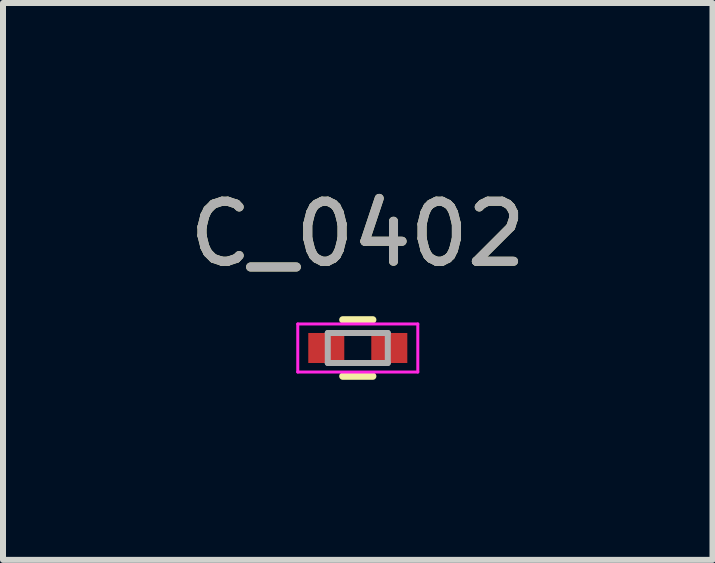
<source format=kicad_pcb>
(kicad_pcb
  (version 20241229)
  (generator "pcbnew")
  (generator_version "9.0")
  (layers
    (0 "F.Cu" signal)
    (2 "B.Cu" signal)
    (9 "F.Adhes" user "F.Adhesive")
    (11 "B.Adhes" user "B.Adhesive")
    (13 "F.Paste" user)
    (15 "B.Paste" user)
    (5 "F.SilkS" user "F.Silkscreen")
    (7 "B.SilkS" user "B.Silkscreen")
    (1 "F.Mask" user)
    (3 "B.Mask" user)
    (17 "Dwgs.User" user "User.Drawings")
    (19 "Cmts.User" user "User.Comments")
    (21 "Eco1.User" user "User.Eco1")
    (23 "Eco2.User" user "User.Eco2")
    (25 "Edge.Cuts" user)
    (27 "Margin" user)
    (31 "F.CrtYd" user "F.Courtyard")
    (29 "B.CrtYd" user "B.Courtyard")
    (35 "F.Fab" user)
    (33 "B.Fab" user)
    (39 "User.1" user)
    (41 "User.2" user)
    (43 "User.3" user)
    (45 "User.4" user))
  (footprint "C_0402"
    (layer "F.Cu")
    (at 2.911 2.748)
    (property "Reference" "C_0402" (at 0 -1.9 0) (layer "F.SilkS") (effects (font (size 1 1) (thickness 0.15))))
    (attr smd)
    (fp_line (start -0.25 0.47) (end 0.25 0.47) (stroke (width 0.12) (type solid)) (layer "F.SilkS"))
    (fp_line (start 0.25 -0.47) (end -0.25 -0.47) (stroke (width 0.12) (type solid)) (layer "F.SilkS"))
    (fp_line (start -1 -0.4) (end -1 0.4) (stroke (width 0.05) (type solid)) (layer "F.CrtYd"))
    (fp_line (start -1 -0.4) (end 1 -0.4) (stroke (width 0.05) (type solid)) (layer "F.CrtYd"))
    (fp_line (start 1 0.4) (end -1 0.4) (stroke (width 0.05) (type solid)) (layer "F.CrtYd"))
    (fp_line (start 1 0.4) (end 1 -0.4) (stroke (width 0.05) (type solid)) (layer "F.CrtYd"))
    (fp_line (start -0.5 -0.25) (end 0.5 -0.25) (stroke (width 0.1) (type solid)) (layer "F.Fab"))
    (fp_line (start -0.5 0.25) (end -0.5 -0.25) (stroke (width 0.1) (type solid)) (layer "F.Fab"))
    (fp_line (start 0.5 -0.25) (end 0.5 0.25) (stroke (width 0.1) (type solid)) (layer "F.Fab"))
    (fp_line (start 0.5 0.25) (end -0.5 0.25) (stroke (width 0.1) (type solid)) (layer "F.Fab"))
    (fp_text user "${REFERENCE}" (at 0 -1.9 0) (layer "F.Fab") (effects (font (size 1 1) (thickness 0.15))))
    (pad "1" smd rect (at -0.525 0) (size 0.6 0.5) (layers "F.Cu" "F.Mask" "F.Paste"))
    (pad "2" smd rect (at 0.525 0) (size 0.6 0.5) (layers "F.Cu" "F.Mask" "F.Paste")))
  (gr_rect
    (start -3 -3)
    (end 8.821 6.278)
    (stroke (width 0.1) (type default))
    (fill no)
    (layer "Edge.Cuts")))
</source>
